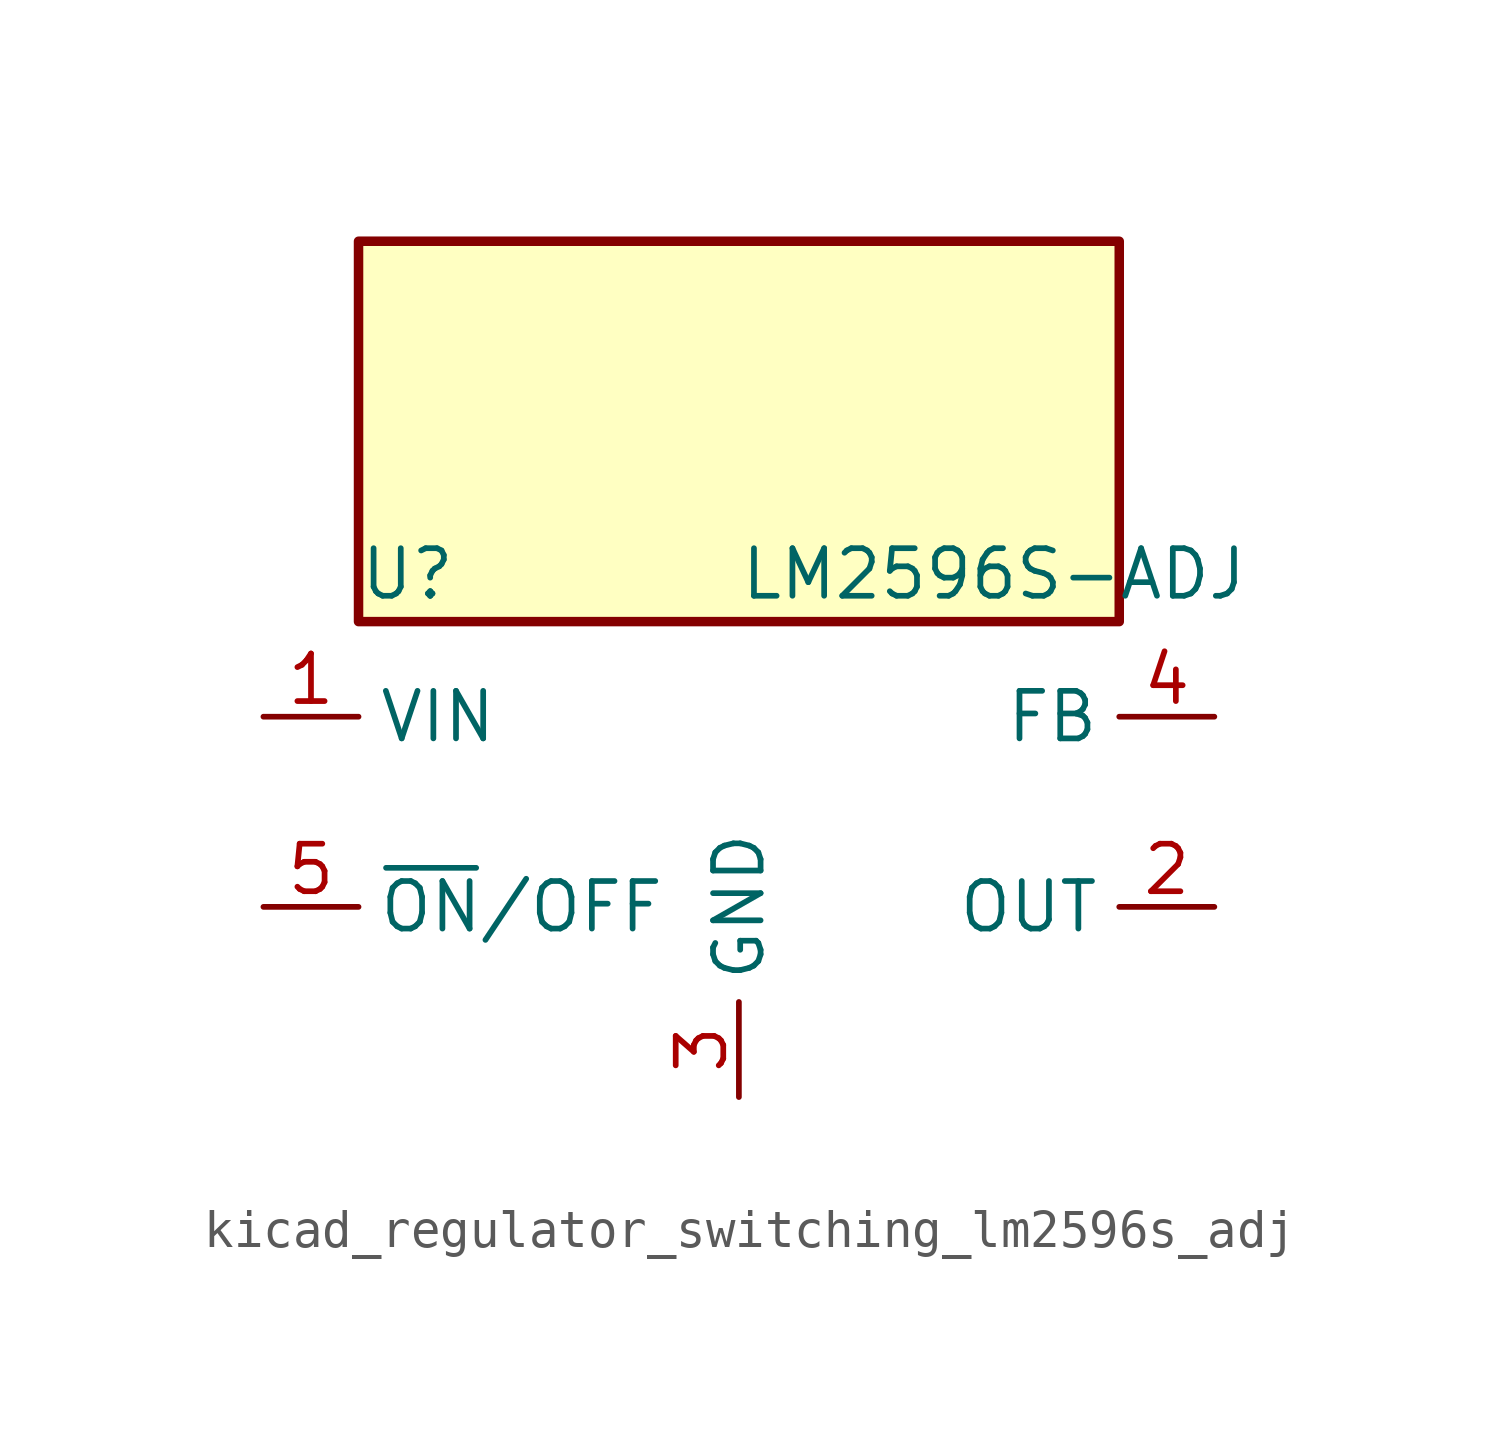
<source format=kicad_sym>
(kicad_symbol_lib
  (version 20220914)
  (generator kicad_symbol_editor)
  (symbol "kicad_regulator_switching_lm2596s_adj"
    (property "Reference" "U"
      (at -10.16 6.35 0)
      (effects (font (size 1.27 1.27)) (justify left)))
    (property "Value" "LM2596S-ADJ"
      (at 0 6.35 0)
      (effects (font (size 1.27 1.27)) (justify left)))
    (symbol "kicad_regulator_switching_lm2596s_adj_0_1"
      (rectangle (start 10.16 15.24) (end -10.16 5.08) (stroke (width 0.254) (type default)) (fill (type background))))
    (symbol "kicad_regulator_switching_lm2596s_adj_1_1"
      (pin power_in line (at -12.7 2.54 0) (length 2.54) (name "VIN" (effects (font (size 1.27 1.27)))) (number "1" (effects (font (size 1.27 1.27)))))
      (pin output line (at 12.7 -2.54 180) (length 2.54) (name "OUT" (effects (font (size 1.27 1.27)))) (number "2" (effects (font (size 1.27 1.27)))))
      (pin power_in line (at 0 -7.62 90) (length 2.54) (name "GND" (effects (font (size 1.27 1.27)))) (number "3" (effects (font (size 1.27 1.27)))))
      (pin input line (at 12.7 2.54 180) (length 2.54) (name "FB" (effects (font (size 1.27 1.27)))) (number "4" (effects (font (size 1.27 1.27)))))
      (pin input line (at -12.7 -2.54 0) (length 2.54) (name "~{ON}/OFF" (effects (font (size 1.27 1.27)))) (number "5" (effects (font (size 1.27 1.27))))))))
</source>
